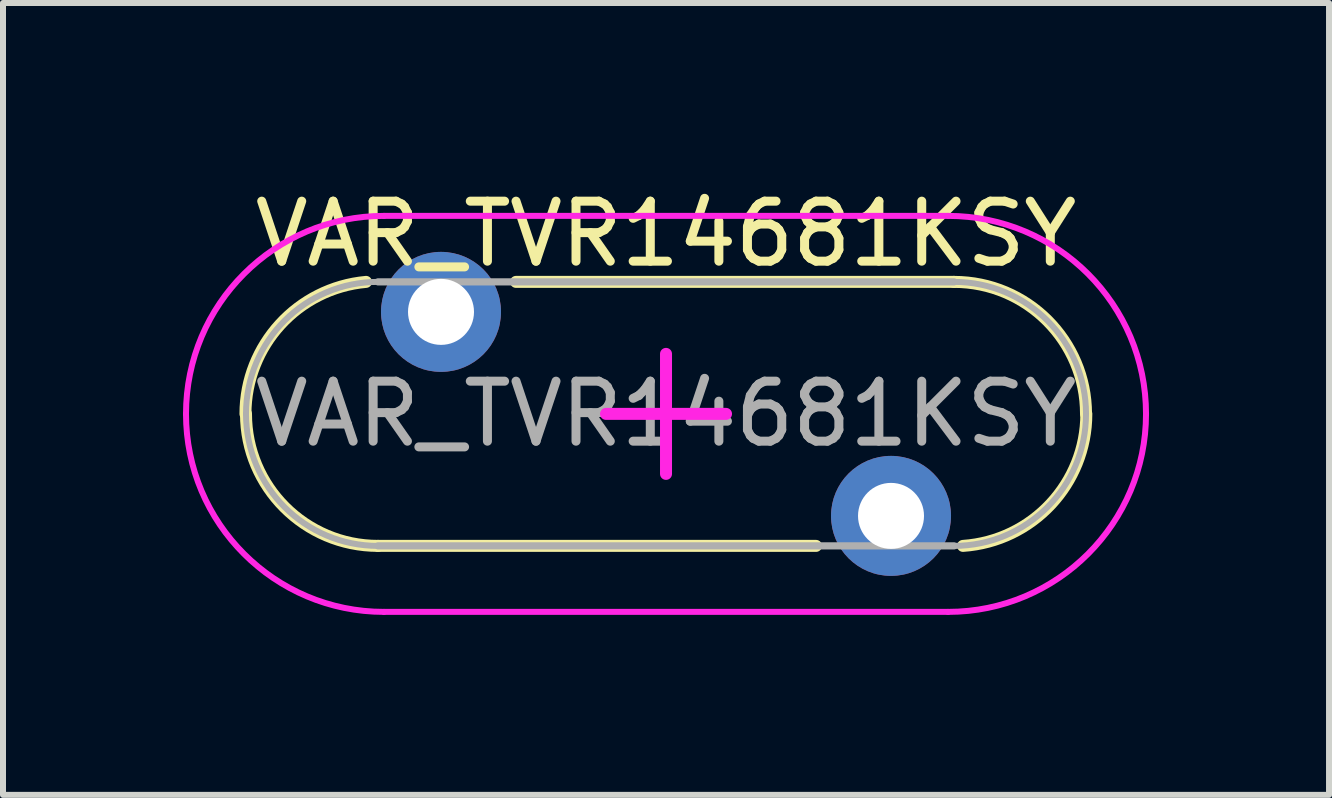
<source format=kicad_pcb>
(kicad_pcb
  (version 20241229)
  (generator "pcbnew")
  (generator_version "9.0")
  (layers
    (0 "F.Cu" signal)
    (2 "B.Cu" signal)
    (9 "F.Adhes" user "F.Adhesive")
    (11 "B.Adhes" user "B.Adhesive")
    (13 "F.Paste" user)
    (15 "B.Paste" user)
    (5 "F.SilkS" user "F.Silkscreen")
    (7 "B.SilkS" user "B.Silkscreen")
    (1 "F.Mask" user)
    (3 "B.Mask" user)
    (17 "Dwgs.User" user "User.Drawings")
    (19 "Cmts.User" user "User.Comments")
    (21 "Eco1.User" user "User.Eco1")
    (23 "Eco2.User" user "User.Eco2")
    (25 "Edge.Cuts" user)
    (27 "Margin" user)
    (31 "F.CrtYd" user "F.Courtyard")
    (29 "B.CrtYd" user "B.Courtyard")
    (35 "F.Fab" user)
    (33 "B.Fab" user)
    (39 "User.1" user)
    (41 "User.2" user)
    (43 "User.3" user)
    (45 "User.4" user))
  (footprint "VAR_TVR14681KSY"
    (layer "F.Cu")
    (at 8.05 3.848)
    (property "Reference" "VAR_TVR14681KSY" (at 0 -3 0) (layer "F.SilkS") (effects (font (size 1 1) (thickness 0.15))))
    (attr through_hole)
    (fp_line (start -4.8 2.2) (end 2.5 2.2) (stroke (width 0.2) (type solid)) (layer "F.SilkS"))
    (fp_line (start 4.8 -2.2) (end -2.5 -2.2) (stroke (width 0.2) (type solid)) (layer "F.SilkS"))
    (fp_arc (start -7.009072 0) (mid -6.431229 -1.489662) (end -5 -2.2) (stroke (width 0.2) (type solid)) (layer "F.SilkS"))
    (fp_arc (start -4.8 2.2) (mid -6.355635 1.555635) (end -7 0) (stroke (width 0.2) (type solid)) (layer "F.SilkS"))
    (fp_arc (start 4.8 -2.2) (mid 6.355635 -1.555635) (end 7 0) (stroke (width 0.2) (type solid)) (layer "F.SilkS"))
    (fp_arc (start 7.005108 0) (mid 6.411407 1.50528) (end 4.95 2.2) (stroke (width 0.2) (type solid)) (layer "F.SilkS"))
    (fp_line (start -4.7 -3.3) (end 4.7 -3.3) (stroke (width 0.1) (type solid)) (layer "F.CrtYd"))
    (fp_line (start 0 1) (end 0 -1) (stroke (width 0.2) (type solid)) (layer "F.CrtYd"))
    (fp_line (start 1 0) (end -1 0) (stroke (width 0.2) (type solid)) (layer "F.CrtYd"))
    (fp_line (start 4.7 3.3) (end -4.7 3.3) (stroke (width 0.1) (type solid)) (layer "F.CrtYd"))
    (fp_arc (start -8 0) (mid -7.033452 -2.333452) (end -4.7 -3.3) (stroke (width 0.1) (type solid)) (layer "F.CrtYd"))
    (fp_arc (start -4.7 3.3) (mid -7.033452 2.333452) (end -8 0) (stroke (width 0.1) (type solid)) (layer "F.CrtYd"))
    (fp_arc (start 4.7 -3.3) (mid 7.033452 -2.333452) (end 8 0) (stroke (width 0.1) (type solid)) (layer "F.CrtYd"))
    (fp_arc (start 8 0) (mid 7.033452 2.333452) (end 4.7 3.3) (stroke (width 0.1) (type solid)) (layer "F.CrtYd"))
    (fp_line (start -4.8 2.2) (end 4.8 2.2) (stroke (width 0.12) (type solid)) (layer "F.Fab"))
    (fp_line (start 4.8 -2.2) (end -4.8 -2.2) (stroke (width 0.12) (type solid)) (layer "F.Fab"))
    (fp_arc (start -7 0) (mid -6.355635 -1.555635) (end -4.8 -2.2) (stroke (width 0.1) (type solid)) (layer "F.Fab"))
    (fp_arc (start -4.8 2.2) (mid -6.355635 1.555635) (end -7 0) (stroke (width 0.1) (type solid)) (layer "F.Fab"))
    (fp_arc (start 4.8 -2.2) (mid 6.355635 -1.555635) (end 7 0) (stroke (width 0.1) (type solid)) (layer "F.Fab"))
    (fp_arc (start 7 0) (mid 6.355635 1.555635) (end 4.8 2.2) (stroke (width 0.1) (type solid)) (layer "F.Fab"))
    (fp_text user "${REFERENCE}" (at 0 0 0) (layer "F.Fab") (effects (font (size 1 1) (thickness 0.15))))
    (pad "1" thru_hole circle (at -3.75 -1.7) (size 2 2) (drill 1.1) (layers "*.Cu" "*.Mask"))
    (pad "2" thru_hole circle (at 3.75 1.7) (size 2 2) (drill 1.1) (layers "*.Cu" "*.Mask")))
  (gr_rect
    (start -3 -3)
    (end 19.1 10.198)
    (stroke (width 0.1) (type default))
    (fill no)
    (layer "Edge.Cuts")))
</source>
